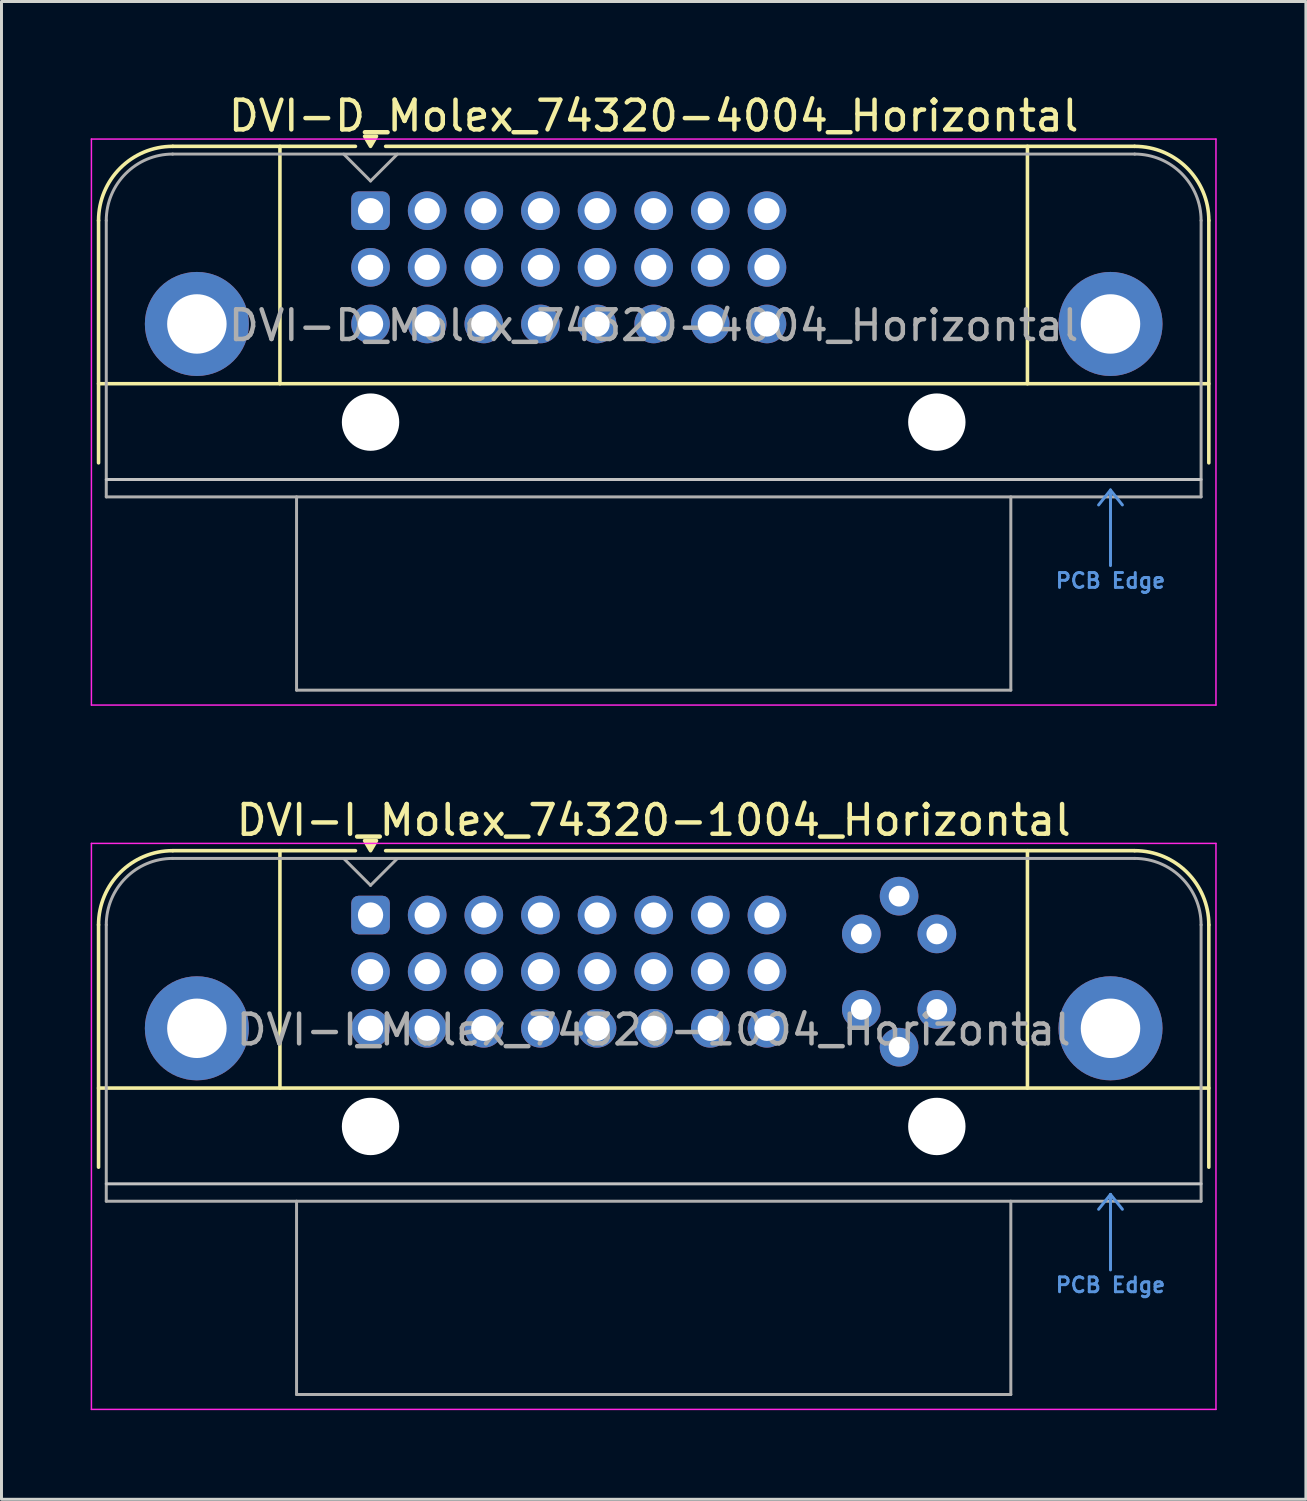
<source format=kicad_pcb>
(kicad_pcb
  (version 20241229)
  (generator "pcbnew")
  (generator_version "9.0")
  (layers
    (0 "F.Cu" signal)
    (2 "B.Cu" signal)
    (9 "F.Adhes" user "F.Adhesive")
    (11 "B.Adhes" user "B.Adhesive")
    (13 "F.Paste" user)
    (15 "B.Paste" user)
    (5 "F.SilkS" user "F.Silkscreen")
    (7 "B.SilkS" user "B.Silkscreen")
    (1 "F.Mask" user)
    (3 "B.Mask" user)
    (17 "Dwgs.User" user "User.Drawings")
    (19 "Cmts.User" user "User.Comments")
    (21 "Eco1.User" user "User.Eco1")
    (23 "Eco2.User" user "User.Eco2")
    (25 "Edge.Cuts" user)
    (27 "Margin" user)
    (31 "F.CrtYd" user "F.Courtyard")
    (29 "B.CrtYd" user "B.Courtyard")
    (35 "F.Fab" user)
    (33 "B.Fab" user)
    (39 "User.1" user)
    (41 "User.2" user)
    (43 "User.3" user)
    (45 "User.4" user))
  (footprint "DVI-D_Molex_74320-4004_Horizontal"
    (layer "F.Cu")
    (at 9.415 4.038)
    (property "Reference" "DVI-D_Molex_74320-4004_Horizontal" (at 9.525 -3.19 0) (layer "F.SilkS") (effects (font (size 1 1) (thickness 0.15))))
    (attr through_hole)
    (fp_line (start -9.15 0.33) (end -9.15 8.482) (stroke (width 0.12) (type solid)) (layer "F.SilkS"))
    (fp_line (start -9.15 5.82) (end 28.2 5.82) (stroke (width 0.12) (type default)) (layer "F.SilkS"))
    (fp_line (start -6.655 -2.165) (end -0.508 -2.165) (stroke (width 0.12) (type solid)) (layer "F.SilkS"))
    (fp_line (start -3.048 -2.163) (end -3.048 5.82) (stroke (width 0.12) (type solid)) (layer "F.SilkS"))
    (fp_line (start 0.508 -2.165) (end 25.705 -2.165) (stroke (width 0.12) (type solid)) (layer "F.SilkS"))
    (fp_line (start 22.098 -2.165) (end 22.098 5.82) (stroke (width 0.12) (type solid)) (layer "F.SilkS"))
    (fp_line (start 28.2 0.33) (end 28.2 8.482) (stroke (width 0.12) (type solid)) (layer "F.SilkS"))
    (fp_arc (start -9.15 0.3302) (mid -8.419173 -1.434173) (end -6.6548 -2.165) (stroke (width 0.12) (type solid)) (layer "F.SilkS"))
    (fp_arc (start 25.7048 -2.165) (mid 27.469173 -1.434173) (end 28.2 0.3302) (stroke (width 0.12) (type solid)) (layer "F.SilkS"))
    (fp_poly (pts (xy 0 -2.164) (xy -0.2 -2.504) (xy 0.2 -2.504) (xy 0 -2.164)) (stroke (width 0.12) (type solid)) (fill yes) (layer "F.SilkS"))
    (fp_line (start -8.89 9.042) (end 27.94 9.042) (stroke (width 0.1) (type default)) (layer "Dwgs.User"))
    (fp_line (start 24.492 9.898) (end 24.892 9.398) (stroke (width 0.1) (type default)) (layer "Cmts.User"))
    (fp_line (start 24.892 9.398) (end 24.892 11.938) (stroke (width 0.1) (type default)) (layer "Cmts.User"))
    (fp_line (start 24.892 9.398) (end 25.292 9.898) (stroke (width 0.1) (type default)) (layer "Cmts.User"))
    (fp_line (start -9.39 -2.41) (end 28.44 -2.41) (stroke (width 0.05) (type solid)) (layer "F.CrtYd"))
    (fp_line (start -9.39 16.63) (end -9.39 -2.41) (stroke (width 0.05) (type solid)) (layer "F.CrtYd"))
    (fp_line (start 28.44 -2.41) (end 28.44 16.63) (stroke (width 0.05) (type solid)) (layer "F.CrtYd"))
    (fp_line (start 28.44 16.63) (end -9.39 16.63) (stroke (width 0.05) (type solid)) (layer "F.CrtYd"))
    (fp_line (start -8.89 0.33) (end -8.89 9.627) (stroke (width 0.1) (type solid)) (layer "F.Fab"))
    (fp_line (start -8.89 9.627) (end 27.94 9.627) (stroke (width 0.1) (type solid)) (layer "F.Fab"))
    (fp_line (start -6.655 -1.905) (end 25.705 -1.905) (stroke (width 0.1) (type default)) (layer "F.Fab"))
    (fp_line (start -2.489 16.129) (end -2.489 9.627) (stroke (width 0.1) (type solid)) (layer "F.Fab"))
    (fp_line (start -2.489 16.129) (end 21.539 16.129) (stroke (width 0.1) (type solid)) (layer "F.Fab"))
    (fp_line (start 0 -1) (end -0.9 -1.9) (stroke (width 0.1) (type default)) (layer "F.Fab"))
    (fp_line (start 0.9 -1.9) (end 0 -1) (stroke (width 0.1) (type default)) (layer "F.Fab"))
    (fp_line (start 21.539 16.129) (end 21.539 9.627) (stroke (width 0.1) (type solid)) (layer "F.Fab"))
    (fp_line (start 27.94 9.627) (end 27.94 0.33) (stroke (width 0.1) (type solid)) (layer "F.Fab"))
    (fp_arc (start -8.89 0.3302) (mid -8.235325 -1.250325) (end -6.6548 -1.905) (stroke (width 0.1) (type default)) (layer "F.Fab"))
    (fp_arc (start 25.7048 -1.905) (mid 27.285325 -1.250325) (end 27.94 0.3302) (stroke (width 0.1) (type default)) (layer "F.Fab"))
    (fp_text user "PCB Edge" (at 24.892 12.446 0) (unlocked yes) (layer "Cmts.User") (effects (font (size 0.5 0.5) (thickness 0.1) (bold yes))))
    (fp_text user "${REFERENCE}" (at 9.525 3.861 0) (layer "F.Fab") (effects (font (size 1 1) (thickness 0.15))))
    (pad "" np_thru_hole circle (at 0 7.112) (size 1.93 1.93) (drill 1.93) (layers "*.Cu" "*.Mask"))
    (pad "" np_thru_hole circle (at 19.05 7.112) (size 1.93 1.93) (drill 1.93) (layers "*.Cu" "*.Mask"))
    (pad "1" thru_hole roundrect (at 0 0) (size 1.3 1.3) (drill 0.85) (layers "*.Cu" "*.Mask") (roundrect_rratio 0.192))
    (pad "2" thru_hole circle (at 1.905 0) (size 1.3 1.3) (drill 0.85) (layers "*.Cu" "*.Mask"))
    (pad "3" thru_hole circle (at 3.81 0) (size 1.3 1.3) (drill 0.85) (layers "*.Cu" "*.Mask"))
    (pad "4" thru_hole circle (at 5.715 0) (size 1.3 1.3) (drill 0.85) (layers "*.Cu" "*.Mask"))
    (pad "5" thru_hole circle (at 7.62 0) (size 1.3 1.3) (drill 0.85) (layers "*.Cu" "*.Mask"))
    (pad "6" thru_hole circle (at 9.525 0) (size 1.3 1.3) (drill 0.85) (layers "*.Cu" "*.Mask"))
    (pad "7" thru_hole circle (at 11.43 0) (size 1.3 1.3) (drill 0.85) (layers "*.Cu" "*.Mask"))
    (pad "8" thru_hole circle (at 13.335 0) (size 1.3 1.3) (drill 0.85) (layers "*.Cu" "*.Mask"))
    (pad "9" thru_hole circle (at 0 1.905) (size 1.3 1.3) (drill 0.85) (layers "*.Cu" "*.Mask"))
    (pad "10" thru_hole circle (at 1.905 1.905) (size 1.3 1.3) (drill 0.85) (layers "*.Cu" "*.Mask"))
    (pad "11" thru_hole circle (at 3.81 1.905) (size 1.3 1.3) (drill 0.85) (layers "*.Cu" "*.Mask"))
    (pad "12" thru_hole circle (at 5.715 1.905) (size 1.3 1.3) (drill 0.85) (layers "*.Cu" "*.Mask"))
    (pad "13" thru_hole circle (at 7.62 1.905) (size 1.3 1.3) (drill 0.85) (layers "*.Cu" "*.Mask"))
    (pad "14" thru_hole circle (at 9.525 1.905) (size 1.3 1.3) (drill 0.85) (layers "*.Cu" "*.Mask"))
    (pad "15" thru_hole circle (at 11.43 1.905) (size 1.3 1.3) (drill 0.85) (layers "*.Cu" "*.Mask"))
    (pad "16" thru_hole circle (at 13.335 1.905) (size 1.3 1.3) (drill 0.85) (layers "*.Cu" "*.Mask"))
    (pad "17" thru_hole circle (at 0 3.81) (size 1.3 1.3) (drill 0.85) (layers "*.Cu" "*.Mask"))
    (pad "18" thru_hole circle (at 1.905 3.81) (size 1.3 1.3) (drill 0.85) (layers "*.Cu" "*.Mask"))
    (pad "19" thru_hole circle (at 3.81 3.81) (size 1.3 1.3) (drill 0.85) (layers "*.Cu" "*.Mask"))
    (pad "20" thru_hole circle (at 5.715 3.81) (size 1.3 1.3) (drill 0.85) (layers "*.Cu" "*.Mask"))
    (pad "21" thru_hole circle (at 7.62 3.81) (size 1.3 1.3) (drill 0.85) (layers "*.Cu" "*.Mask"))
    (pad "22" thru_hole circle (at 9.525 3.81) (size 1.3 1.3) (drill 0.85) (layers "*.Cu" "*.Mask"))
    (pad "23" thru_hole circle (at 11.43 3.81) (size 1.3 1.3) (drill 0.85) (layers "*.Cu" "*.Mask"))
    (pad "24" thru_hole circle (at 13.335 3.81) (size 1.3 1.3) (drill 0.85) (layers "*.Cu" "*.Mask"))
    (pad "SH" thru_hole circle (at -5.842 3.81) (size 3.5 3.5) (drill 2) (layers "*.Cu" "*.Mask"))
    (pad "SH" thru_hole circle (at 24.892 3.81) (size 3.5 3.5) (drill 2) (layers "*.Cu" "*.Mask")))
  (footprint "DVI-I_Molex_74320-1004_Horizontal"
    (layer "F.Cu")
    (at 9.415 27.732)
    (property "Reference" "DVI-I_Molex_74320-1004_Horizontal" (at 9.525 -3.19 0) (layer "F.SilkS") (effects (font (size 1 1) (thickness 0.15))))
    (attr through_hole)
    (fp_line (start -9.15 0.33) (end -9.15 8.482) (stroke (width 0.12) (type solid)) (layer "F.SilkS"))
    (fp_line (start -9.15 5.82) (end 28.2 5.82) (stroke (width 0.12) (type default)) (layer "F.SilkS"))
    (fp_line (start -6.655 -2.165) (end -0.508 -2.165) (stroke (width 0.12) (type solid)) (layer "F.SilkS"))
    (fp_line (start -3.048 -2.165) (end -3.048 5.82) (stroke (width 0.12) (type solid)) (layer "F.SilkS"))
    (fp_line (start 0.508 -2.165) (end 25.705 -2.165) (stroke (width 0.12) (type solid)) (layer "F.SilkS"))
    (fp_line (start 22.098 -2.165) (end 22.098 5.82) (stroke (width 0.12) (type solid)) (layer "F.SilkS"))
    (fp_line (start 28.2 0.33) (end 28.2 8.482) (stroke (width 0.12) (type solid)) (layer "F.SilkS"))
    (fp_arc (start -9.15 0.3302) (mid -8.419173 -1.434173) (end -6.6548 -2.165) (stroke (width 0.12) (type solid)) (layer "F.SilkS"))
    (fp_arc (start 25.7048 -2.165) (mid 27.469173 -1.434173) (end 28.2 0.3302) (stroke (width 0.12) (type solid)) (layer "F.SilkS"))
    (fp_poly (pts (xy 0 -2.164) (xy -0.2 -2.504) (xy 0.2 -2.504) (xy 0 -2.164)) (stroke (width 0.12) (type solid)) (fill yes) (layer "F.SilkS"))
    (fp_line (start -8.89 9.042) (end 27.94 9.042) (stroke (width 0.1) (type default)) (layer "Dwgs.User"))
    (fp_line (start 24.492 9.898) (end 24.892 9.398) (stroke (width 0.1) (type default)) (layer "Cmts.User"))
    (fp_line (start 24.892 9.398) (end 24.892 11.938) (stroke (width 0.1) (type default)) (layer "Cmts.User"))
    (fp_line (start 24.892 9.398) (end 25.292 9.898) (stroke (width 0.1) (type default)) (layer "Cmts.User"))
    (fp_line (start -9.39 -2.41) (end 28.44 -2.41) (stroke (width 0.05) (type solid)) (layer "F.CrtYd"))
    (fp_line (start -9.39 16.63) (end -9.39 -2.41) (stroke (width 0.05) (type solid)) (layer "F.CrtYd"))
    (fp_line (start 28.44 -2.41) (end 28.44 16.63) (stroke (width 0.05) (type solid)) (layer "F.CrtYd"))
    (fp_line (start 28.44 16.63) (end -9.39 16.63) (stroke (width 0.05) (type solid)) (layer "F.CrtYd"))
    (fp_line (start -8.89 0.33) (end -8.89 9.627) (stroke (width 0.1) (type solid)) (layer "F.Fab"))
    (fp_line (start -8.89 9.627) (end 27.94 9.627) (stroke (width 0.1) (type solid)) (layer "F.Fab"))
    (fp_line (start -6.655 -1.905) (end 25.705 -1.905) (stroke (width 0.1) (type default)) (layer "F.Fab"))
    (fp_line (start -2.489 16.129) (end -2.489 9.627) (stroke (width 0.1) (type solid)) (layer "F.Fab"))
    (fp_line (start -2.489 16.129) (end 21.539 16.129) (stroke (width 0.1) (type solid)) (layer "F.Fab"))
    (fp_line (start 0 -1) (end -0.9 -1.9) (stroke (width 0.1) (type default)) (layer "F.Fab"))
    (fp_line (start 0.9 -1.9) (end 0 -1) (stroke (width 0.1) (type default)) (layer "F.Fab"))
    (fp_line (start 21.539 16.129) (end 21.539 9.627) (stroke (width 0.1) (type solid)) (layer "F.Fab"))
    (fp_line (start 27.94 9.627) (end 27.94 0.33) (stroke (width 0.1) (type solid)) (layer "F.Fab"))
    (fp_arc (start -8.89 0.3302) (mid -8.235325 -1.250325) (end -6.6548 -1.905) (stroke (width 0.1) (type default)) (layer "F.Fab"))
    (fp_arc (start 25.7048 -1.905) (mid 27.285325 -1.250325) (end 27.94 0.3302) (stroke (width 0.1) (type default)) (layer "F.Fab"))
    (fp_text user "PCB Edge" (at 24.892 12.446 0) (unlocked yes) (layer "Cmts.User") (effects (font (size 0.5 0.5) (thickness 0.1) (bold yes))))
    (fp_text user "${REFERENCE}" (at 9.525 3.861 0) (layer "F.Fab") (effects (font (size 1 1) (thickness 0.15))))
    (pad "" np_thru_hole circle (at 0 7.112) (size 1.93 1.93) (drill 1.93) (layers "*.Cu" "*.Mask"))
    (pad "" np_thru_hole circle (at 19.05 7.112) (size 1.93 1.93) (drill 1.93) (layers "*.Cu" "*.Mask"))
    (pad "1" thru_hole roundrect (at 0 0) (size 1.3 1.3) (drill 0.85) (layers "*.Cu" "*.Mask") (roundrect_rratio 0.192))
    (pad "2" thru_hole circle (at 1.905 0) (size 1.3 1.3) (drill 0.85) (layers "*.Cu" "*.Mask"))
    (pad "3" thru_hole circle (at 3.81 0) (size 1.3 1.3) (drill 0.85) (layers "*.Cu" "*.Mask"))
    (pad "4" thru_hole circle (at 5.715 0) (size 1.3 1.3) (drill 0.85) (layers "*.Cu" "*.Mask"))
    (pad "5" thru_hole circle (at 7.62 0) (size 1.3 1.3) (drill 0.85) (layers "*.Cu" "*.Mask"))
    (pad "6" thru_hole circle (at 9.525 0) (size 1.3 1.3) (drill 0.85) (layers "*.Cu" "*.Mask"))
    (pad "7" thru_hole circle (at 11.43 0) (size 1.3 1.3) (drill 0.85) (layers "*.Cu" "*.Mask"))
    (pad "8" thru_hole circle (at 13.335 0) (size 1.3 1.3) (drill 0.85) (layers "*.Cu" "*.Mask"))
    (pad "9" thru_hole circle (at 0 1.905) (size 1.3 1.3) (drill 0.85) (layers "*.Cu" "*.Mask"))
    (pad "10" thru_hole circle (at 1.905 1.905) (size 1.3 1.3) (drill 0.85) (layers "*.Cu" "*.Mask"))
    (pad "11" thru_hole circle (at 3.81 1.905) (size 1.3 1.3) (drill 0.85) (layers "*.Cu" "*.Mask"))
    (pad "12" thru_hole circle (at 5.715 1.905) (size 1.3 1.3) (drill 0.85) (layers "*.Cu" "*.Mask"))
    (pad "13" thru_hole circle (at 7.62 1.905) (size 1.3 1.3) (drill 0.85) (layers "*.Cu" "*.Mask"))
    (pad "14" thru_hole circle (at 9.525 1.905) (size 1.3 1.3) (drill 0.85) (layers "*.Cu" "*.Mask"))
    (pad "15" thru_hole circle (at 11.43 1.905) (size 1.3 1.3) (drill 0.85) (layers "*.Cu" "*.Mask"))
    (pad "16" thru_hole circle (at 13.335 1.905) (size 1.3 1.3) (drill 0.85) (layers "*.Cu" "*.Mask"))
    (pad "17" thru_hole circle (at 0 3.81) (size 1.3 1.3) (drill 0.85) (layers "*.Cu" "*.Mask"))
    (pad "18" thru_hole circle (at 1.905 3.81) (size 1.3 1.3) (drill 0.85) (layers "*.Cu" "*.Mask"))
    (pad "19" thru_hole circle (at 3.81 3.81) (size 1.3 1.3) (drill 0.85) (layers "*.Cu" "*.Mask"))
    (pad "20" thru_hole circle (at 5.715 3.81) (size 1.3 1.3) (drill 0.85) (layers "*.Cu" "*.Mask"))
    (pad "21" thru_hole circle (at 7.62 3.81) (size 1.3 1.3) (drill 0.85) (layers "*.Cu" "*.Mask"))
    (pad "22" thru_hole circle (at 9.525 3.81) (size 1.3 1.3) (drill 0.85) (layers "*.Cu" "*.Mask"))
    (pad "23" thru_hole circle (at 11.43 3.81) (size 1.3 1.3) (drill 0.85) (layers "*.Cu" "*.Mask"))
    (pad "24" thru_hole circle (at 13.335 3.81) (size 1.3 1.3) (drill 0.85) (layers "*.Cu" "*.Mask"))
    (pad "C1" thru_hole circle (at 16.51 0.635) (size 1.3 1.3) (drill 0.7) (layers "*.Cu" "*.Mask"))
    (pad "C2" thru_hole circle (at 19.05 0.635) (size 1.3 1.3) (drill 0.7) (layers "*.Cu" "*.Mask"))
    (pad "C3" thru_hole circle (at 16.51 3.175) (size 1.3 1.3) (drill 0.7) (layers "*.Cu" "*.Mask"))
    (pad "C4" thru_hole circle (at 19.05 3.175) (size 1.3 1.3) (drill 0.7) (layers "*.Cu" "*.Mask"))
    (pad "C5" thru_hole circle (at 17.78 -0.635) (size 1.3 1.3) (drill 0.7) (layers "*.Cu" "*.Mask"))
    (pad "C5" thru_hole circle (at 17.78 4.445) (size 1.3 1.3) (drill 0.7) (layers "*.Cu" "*.Mask"))
    (pad "SH" thru_hole circle (at -5.842 3.81) (size 3.5 3.5) (drill 2) (layers "*.Cu" "*.Mask"))
    (pad "SH" thru_hole circle (at 24.892 3.81) (size 3.5 3.5) (drill 2) (layers "*.Cu" "*.Mask")))
  (gr_rect
    (start -3 -3)
    (end 40.88 47.386)
    (stroke (width 0.1) (type default))
    (fill no)
    (layer "Edge.Cuts")))
</source>
